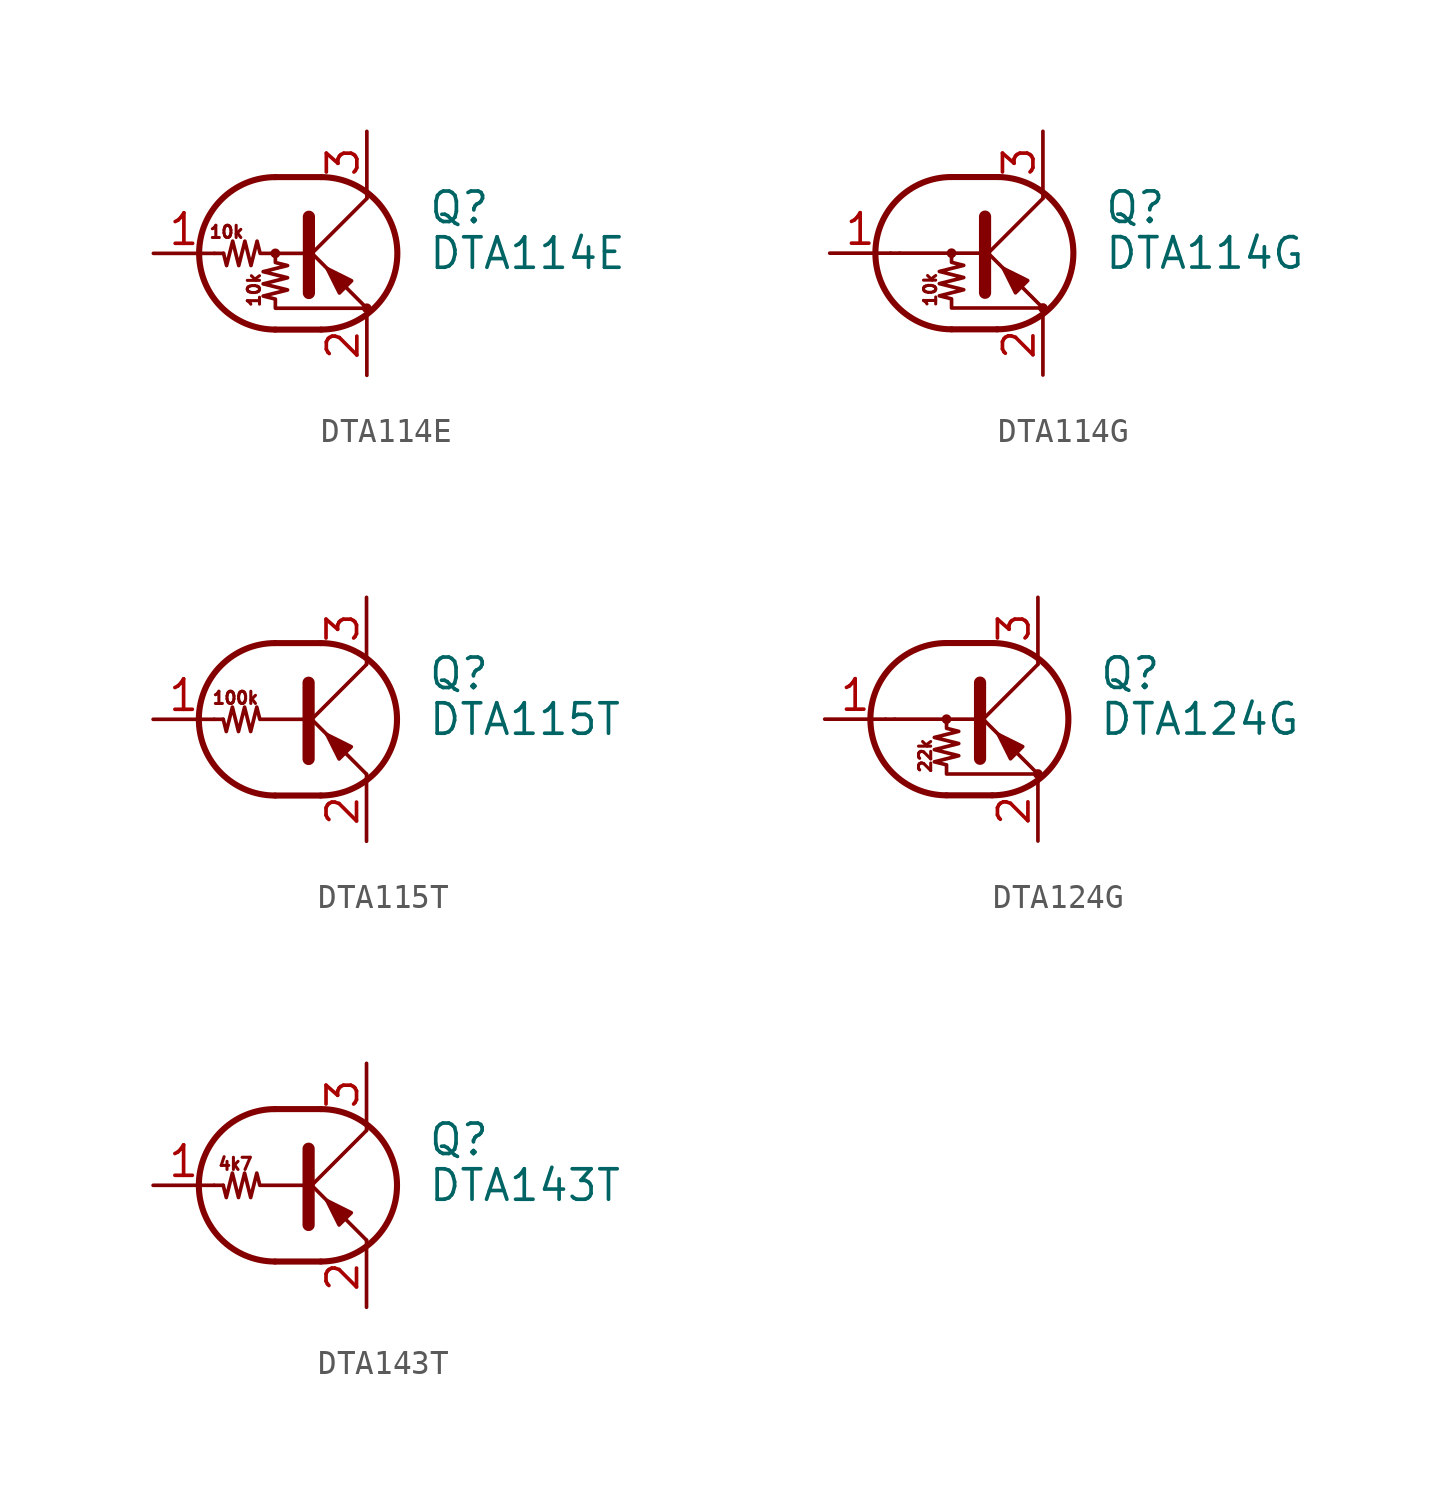
<source format=kicad_sym>
(kicad_symbol_lib
  (version 20241209)
  (generator "kicad_symbol_editor")
  (generator_version "9.0")
  (symbol "DTA114E"
    (pin_names
      (offset 0)
      (hide yes))
    (property "Reference" "Q"
      (at 5.08 1.905 0)
      (effects (font (size 1.27 1.27)) (justify left)))
    (property "Value" "DTA114E"
      (at 5.08 0 0)
      (effects (font (size 1.27 1.27)) (justify left)))
    (symbol "DTA114E_0_0"
      (text "10k" (at -3.302 0.889 0) (effects (font (size 0.508 0.508))))
      (text "10k" (at -2.159 -1.524 900) (effects (font (size 0.508 0.508)))))
    (symbol "DTA114E_0_1"
      (polyline (pts (xy -3.429 0) (xy -3.81 0)) (stroke (width 0) (type default)) (fill (type none)))
      (polyline (pts (xy -1.27 3.175) (xy 0.635 3.175)) (stroke (width 0.254) (type default)) (fill (type none)))
      (circle (center -1.27 0) (radius 0.127) (stroke (width 0) (type default)) (fill (type none)))
      (polyline (pts (xy -1.27 0) (xy -1.27 -0.381) (xy -0.762 -0.508) (xy -1.778 -0.762) (xy -0.762 -1.016) (xy -1.778 -1.27) (xy -0.762 -1.524) (xy -1.778 -1.778) (xy -1.27 -1.905) (xy -1.27 -2.286) (xy 2.54 -2.286)) (stroke (width 0) (type default)) (fill (type none)))
      (polyline (pts (xy -1.27 -3.175) (xy 0.635 -3.175)) (stroke (width 0.254) (type default)) (fill (type none)))
      (arc (start -1.27 -3.175) (mid -4.4312 0) (end -1.27 3.175) (stroke (width 0.254) (type default)) (fill (type none)))
      (polyline (pts (xy 0 0) (xy -1.905 0) (xy -2.032 0.508) (xy -2.286 -0.508) (xy -2.54 0.508) (xy -2.794 -0.508) (xy -3.048 0.508) (xy -3.302 -0.508) (xy -3.429 0)) (stroke (width 0) (type default)) (fill (type none)))
      (polyline (pts (xy 0 -0.254) (xy 2.54 2.286)) (stroke (width 0) (type default)) (fill (type none)))
      (polyline (pts (xy 0.127 1.524) (xy 0.127 -1.651)) (stroke (width 0.508) (type default)) (fill (type outline)))
      (arc (start 0.635 3.175) (mid 3.7962 0) (end 0.635 -3.175) (stroke (width 0.254) (type default)) (fill (type none)))
      (polyline (pts (xy 1.397 -1.651) (xy 1.905 -1.143) (xy 0.889 -0.635) (xy 1.397 -1.651)) (stroke (width 0) (type default)) (fill (type outline)))
      (polyline (pts (xy 2.54 2.286) (xy 2.54 2.54)) (stroke (width 0) (type default)) (fill (type none)))
      (polyline (pts (xy 2.54 -2.286) (xy 0 0.254) (xy 0 0.254)) (stroke (width 0) (type default)) (fill (type none)))
      (circle (center 2.54 -2.286) (radius 0.127) (stroke (width 0) (type default)) (fill (type none))))
    (symbol "DTA114E_1_1"
      (pin input line (at -6.35 0 0) (length 2.54) (name "B" (effects (font (size 1.27 1.27)))) (number "1" (effects (font (size 1.27 1.27)))))
      (pin passive line (at 2.54 5.08 270) (length 2.54) (name "C" (effects (font (size 1.27 1.27)))) (number "3" (effects (font (size 1.27 1.27)))))
      (pin passive line (at 2.54 -5.08 90) (length 2.54) (name "E" (effects (font (size 1.27 1.27)))) (number "2" (effects (font (size 1.27 1.27)))))))
  (symbol "DTA114G"
    (pin_names
      (offset 0)
      (hide yes))
    (property "Reference" "Q"
      (at 5.08 1.905 0)
      (effects (font (size 1.27 1.27)) (justify left)))
    (property "Value" "DTA114G"
      (at 5.08 0 0)
      (effects (font (size 1.27 1.27)) (justify left)))
    (symbol "DTA114G_0_0"
      (polyline (pts (xy -3.429 0) (xy 0 0)) (stroke (width 0) (type default)) (fill (type none)))
      (text "10k" (at -2.159 -1.524 900) (effects (font (size 0.508 0.508)))))
    (symbol "DTA114G_0_1"
      (polyline (pts (xy -3.429 0) (xy -3.81 0)) (stroke (width 0) (type default)) (fill (type none)))
      (polyline (pts (xy -1.27 3.175) (xy 0.635 3.175)) (stroke (width 0.254) (type default)) (fill (type none)))
      (circle (center -1.27 0) (radius 0.127) (stroke (width 0) (type default)) (fill (type none)))
      (polyline (pts (xy -1.27 0) (xy -1.27 -0.381) (xy -0.762 -0.508) (xy -1.778 -0.762) (xy -0.762 -1.016) (xy -1.778 -1.27) (xy -0.762 -1.524) (xy -1.778 -1.778) (xy -1.27 -1.905) (xy -1.27 -2.286) (xy 2.54 -2.286)) (stroke (width 0) (type default)) (fill (type none)))
      (polyline (pts (xy -1.27 -3.175) (xy 0.635 -3.175)) (stroke (width 0.254) (type default)) (fill (type none)))
      (arc (start -1.27 -3.175) (mid -4.4312 0) (end -1.27 3.175) (stroke (width 0.254) (type default)) (fill (type none)))
      (polyline (pts (xy 0 -0.254) (xy 2.54 2.286)) (stroke (width 0) (type default)) (fill (type none)))
      (polyline (pts (xy 0.127 1.524) (xy 0.127 -1.651)) (stroke (width 0.508) (type default)) (fill (type outline)))
      (arc (start 0.635 3.175) (mid 3.7962 0) (end 0.635 -3.175) (stroke (width 0.254) (type default)) (fill (type none)))
      (polyline (pts (xy 1.397 -1.651) (xy 1.905 -1.143) (xy 0.889 -0.635) (xy 1.397 -1.651)) (stroke (width 0) (type default)) (fill (type outline)))
      (polyline (pts (xy 2.54 2.286) (xy 2.54 2.54)) (stroke (width 0) (type default)) (fill (type none)))
      (polyline (pts (xy 2.54 -2.286) (xy 0 0.254) (xy 0 0.254)) (stroke (width 0) (type default)) (fill (type none)))
      (circle (center 2.54 -2.286) (radius 0.127) (stroke (width 0) (type default)) (fill (type none))))
    (symbol "DTA114G_1_1"
      (pin input line (at -6.35 0 0) (length 2.54) (name "B" (effects (font (size 1.27 1.27)))) (number "1" (effects (font (size 1.27 1.27)))))
      (pin passive line (at 2.54 5.08 270) (length 2.54) (name "C" (effects (font (size 1.27 1.27)))) (number "3" (effects (font (size 1.27 1.27)))))
      (pin passive line (at 2.54 -5.08 90) (length 2.54) (name "E" (effects (font (size 1.27 1.27)))) (number "2" (effects (font (size 1.27 1.27)))))))
  (symbol "DTA115T"
    (pin_names
      (offset 0)
      (hide yes))
    (property "Reference" "Q"
      (at 5.08 1.905 0)
      (effects (font (size 1.27 1.27)) (justify left)))
    (property "Value" "DTA115T"
      (at 5.08 0 0)
      (effects (font (size 1.27 1.27)) (justify left)))
    (symbol "DTA115T_0_0"
      (polyline (pts (xy 2.54 -2.286) (xy 2.54 -2.54)) (stroke (width 0) (type default)) (fill (type none)))
      (text "100k" (at -2.921 0.889 0) (effects (font (size 0.508 0.508)))))
    (symbol "DTA115T_0_1"
      (polyline (pts (xy -3.429 0) (xy -3.81 0)) (stroke (width 0) (type default)) (fill (type none)))
      (polyline (pts (xy -1.27 3.175) (xy 0.635 3.175)) (stroke (width 0.254) (type default)) (fill (type none)))
      (polyline (pts (xy -1.27 -3.175) (xy 0.635 -3.175)) (stroke (width 0.254) (type default)) (fill (type none)))
      (arc (start -1.27 -3.175) (mid -4.4312 0) (end -1.27 3.175) (stroke (width 0.254) (type default)) (fill (type none)))
      (polyline (pts (xy 0 0) (xy -1.905 0) (xy -2.032 0.508) (xy -2.286 -0.508) (xy -2.54 0.508) (xy -2.794 -0.508) (xy -3.048 0.508) (xy -3.302 -0.508) (xy -3.429 0)) (stroke (width 0) (type default)) (fill (type none)))
      (polyline (pts (xy 0 -0.254) (xy 2.54 2.286)) (stroke (width 0) (type default)) (fill (type none)))
      (polyline (pts (xy 0.127 1.524) (xy 0.127 -1.651)) (stroke (width 0.508) (type default)) (fill (type outline)))
      (arc (start 0.635 3.175) (mid 3.7962 0) (end 0.635 -3.175) (stroke (width 0.254) (type default)) (fill (type none)))
      (polyline (pts (xy 1.397 -1.651) (xy 1.905 -1.143) (xy 0.889 -0.635) (xy 1.397 -1.651)) (stroke (width 0) (type default)) (fill (type outline)))
      (polyline (pts (xy 2.54 2.286) (xy 2.54 2.54)) (stroke (width 0) (type default)) (fill (type none)))
      (polyline (pts (xy 2.54 -2.286) (xy 0 0.254) (xy 0 0.254)) (stroke (width 0) (type default)) (fill (type none))))
    (symbol "DTA115T_1_1"
      (pin input line (at -6.35 0 0) (length 2.54) (name "B" (effects (font (size 1.27 1.27)))) (number "1" (effects (font (size 1.27 1.27)))))
      (pin passive line (at 2.54 5.08 270) (length 2.54) (name "C" (effects (font (size 1.27 1.27)))) (number "3" (effects (font (size 1.27 1.27)))))
      (pin passive line (at 2.54 -5.08 90) (length 2.54) (name "E" (effects (font (size 1.27 1.27)))) (number "2" (effects (font (size 1.27 1.27)))))))
  (symbol "DTA124G"
    (pin_names
      (offset 0)
      (hide yes))
    (property "Reference" "Q"
      (at 5.08 1.905 0)
      (effects (font (size 1.27 1.27)) (justify left)))
    (property "Value" "DTA124G"
      (at 5.08 0 0)
      (effects (font (size 1.27 1.27)) (justify left)))
    (symbol "DTA124G_0_0"
      (polyline (pts (xy -3.429 0) (xy 0 0)) (stroke (width 0) (type default)) (fill (type none)))
      (text "22k" (at -2.159 -1.524 900) (effects (font (size 0.508 0.508)))))
    (symbol "DTA124G_0_1"
      (polyline (pts (xy -3.429 0) (xy -3.81 0)) (stroke (width 0) (type default)) (fill (type none)))
      (polyline (pts (xy -1.27 3.175) (xy 0.635 3.175)) (stroke (width 0.254) (type default)) (fill (type none)))
      (circle (center -1.27 0) (radius 0.127) (stroke (width 0) (type default)) (fill (type none)))
      (polyline (pts (xy -1.27 0) (xy -1.27 -0.381) (xy -0.762 -0.508) (xy -1.778 -0.762) (xy -0.762 -1.016) (xy -1.778 -1.27) (xy -0.762 -1.524) (xy -1.778 -1.778) (xy -1.27 -1.905) (xy -1.27 -2.286) (xy 2.54 -2.286)) (stroke (width 0) (type default)) (fill (type none)))
      (polyline (pts (xy -1.27 -3.175) (xy 0.635 -3.175)) (stroke (width 0.254) (type default)) (fill (type none)))
      (arc (start -1.27 -3.175) (mid -4.4312 0) (end -1.27 3.175) (stroke (width 0.254) (type default)) (fill (type none)))
      (polyline (pts (xy 0 -0.254) (xy 2.54 2.286)) (stroke (width 0) (type default)) (fill (type none)))
      (polyline (pts (xy 0.127 1.524) (xy 0.127 -1.651)) (stroke (width 0.508) (type default)) (fill (type outline)))
      (arc (start 0.635 3.175) (mid 3.7962 0) (end 0.635 -3.175) (stroke (width 0.254) (type default)) (fill (type none)))
      (polyline (pts (xy 1.397 -1.651) (xy 1.905 -1.143) (xy 0.889 -0.635) (xy 1.397 -1.651)) (stroke (width 0) (type default)) (fill (type outline)))
      (polyline (pts (xy 2.54 2.286) (xy 2.54 2.54)) (stroke (width 0) (type default)) (fill (type none)))
      (polyline (pts (xy 2.54 -2.286) (xy 0 0.254) (xy 0 0.254)) (stroke (width 0) (type default)) (fill (type none)))
      (circle (center 2.54 -2.286) (radius 0.127) (stroke (width 0) (type default)) (fill (type none))))
    (symbol "DTA124G_1_1"
      (pin input line (at -6.35 0 0) (length 2.54) (name "B" (effects (font (size 1.27 1.27)))) (number "1" (effects (font (size 1.27 1.27)))))
      (pin passive line (at 2.54 5.08 270) (length 2.54) (name "C" (effects (font (size 1.27 1.27)))) (number "3" (effects (font (size 1.27 1.27)))))
      (pin passive line (at 2.54 -5.08 90) (length 2.54) (name "E" (effects (font (size 1.27 1.27)))) (number "2" (effects (font (size 1.27 1.27)))))))
  (symbol "DTA143T"
    (pin_names
      (offset 0)
      (hide yes))
    (property "Reference" "Q"
      (at 5.08 1.905 0)
      (effects (font (size 1.27 1.27)) (justify left)))
    (property "Value" "DTA143T"
      (at 5.08 0 0)
      (effects (font (size 1.27 1.27)) (justify left)))
    (symbol "DTA143T_0_0"
      (polyline (pts (xy 2.54 -2.286) (xy 2.54 -2.54)) (stroke (width 0) (type default)) (fill (type none)))
      (text "4k7" (at -2.921 0.889 0) (effects (font (size 0.508 0.508)))))
    (symbol "DTA143T_0_1"
      (polyline (pts (xy -3.429 0) (xy -3.81 0)) (stroke (width 0) (type default)) (fill (type none)))
      (polyline (pts (xy -1.27 3.175) (xy 0.635 3.175)) (stroke (width 0.254) (type default)) (fill (type none)))
      (polyline (pts (xy -1.27 -3.175) (xy 0.635 -3.175)) (stroke (width 0.254) (type default)) (fill (type none)))
      (arc (start -1.27 -3.175) (mid -4.4312 0) (end -1.27 3.175) (stroke (width 0.254) (type default)) (fill (type none)))
      (polyline (pts (xy 0 0) (xy -1.905 0) (xy -2.032 0.508) (xy -2.286 -0.508) (xy -2.54 0.508) (xy -2.794 -0.508) (xy -3.048 0.508) (xy -3.302 -0.508) (xy -3.429 0)) (stroke (width 0) (type default)) (fill (type none)))
      (polyline (pts (xy 0 -0.254) (xy 2.54 2.286)) (stroke (width 0) (type default)) (fill (type none)))
      (polyline (pts (xy 0.127 1.524) (xy 0.127 -1.651)) (stroke (width 0.508) (type default)) (fill (type outline)))
      (arc (start 0.635 3.175) (mid 3.7962 0) (end 0.635 -3.175) (stroke (width 0.254) (type default)) (fill (type none)))
      (polyline (pts (xy 1.397 -1.651) (xy 1.905 -1.143) (xy 0.889 -0.635) (xy 1.397 -1.651)) (stroke (width 0) (type default)) (fill (type outline)))
      (polyline (pts (xy 2.54 2.286) (xy 2.54 2.54)) (stroke (width 0) (type default)) (fill (type none)))
      (polyline (pts (xy 2.54 -2.286) (xy 0 0.254) (xy 0 0.254)) (stroke (width 0) (type default)) (fill (type none))))
    (symbol "DTA143T_1_1"
      (pin input line (at -6.35 0 0) (length 2.54) (name "B" (effects (font (size 1.27 1.27)))) (number "1" (effects (font (size 1.27 1.27)))))
      (pin passive line (at 2.54 5.08 270) (length 2.54) (name "C" (effects (font (size 1.27 1.27)))) (number "3" (effects (font (size 1.27 1.27)))))
      (pin passive line (at 2.54 -5.08 90) (length 2.54) (name "E" (effects (font (size 1.27 1.27)))) (number "2" (effects (font (size 1.27 1.27))))))))
</source>
